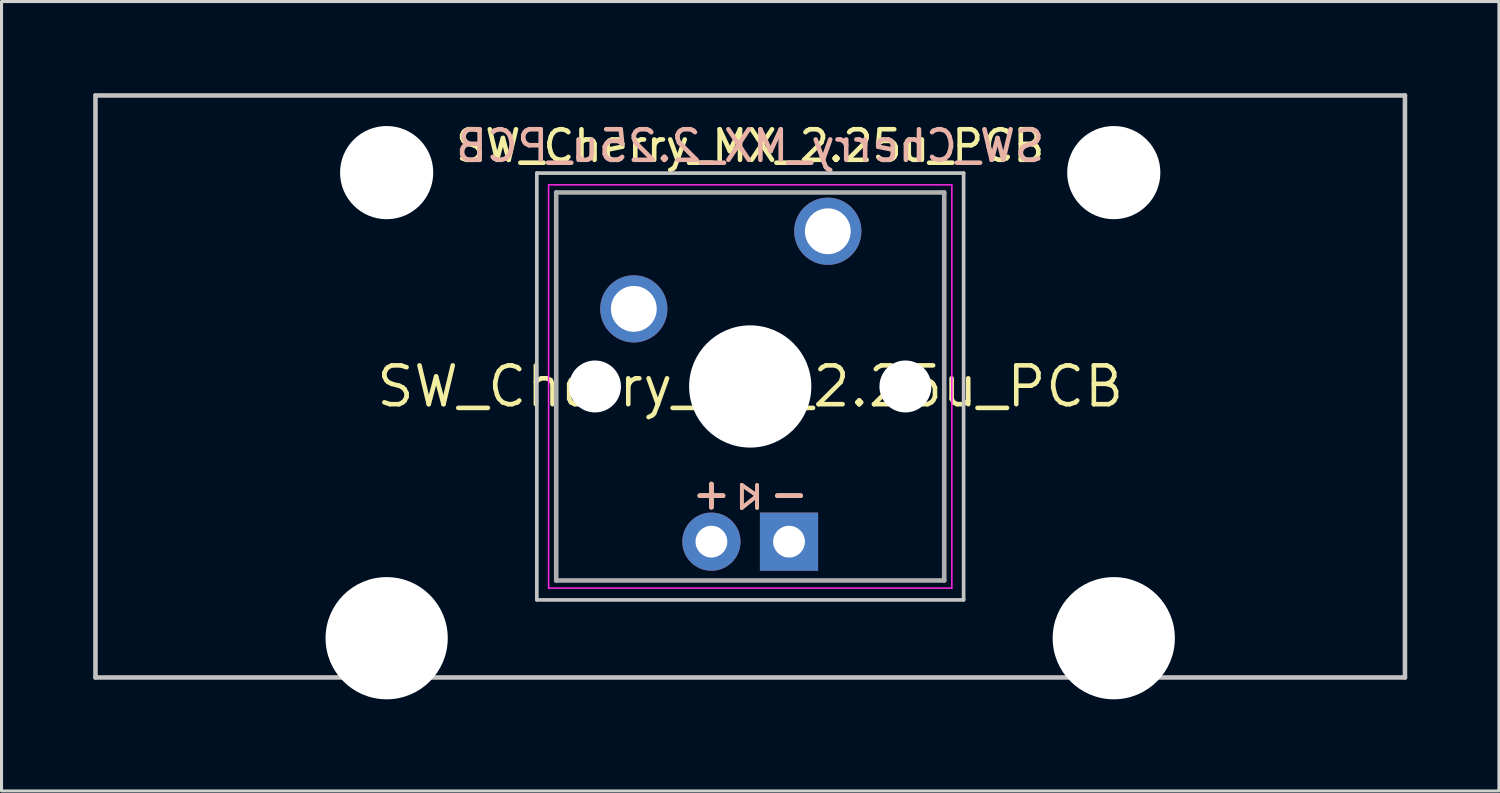
<source format=kicad_pcb>
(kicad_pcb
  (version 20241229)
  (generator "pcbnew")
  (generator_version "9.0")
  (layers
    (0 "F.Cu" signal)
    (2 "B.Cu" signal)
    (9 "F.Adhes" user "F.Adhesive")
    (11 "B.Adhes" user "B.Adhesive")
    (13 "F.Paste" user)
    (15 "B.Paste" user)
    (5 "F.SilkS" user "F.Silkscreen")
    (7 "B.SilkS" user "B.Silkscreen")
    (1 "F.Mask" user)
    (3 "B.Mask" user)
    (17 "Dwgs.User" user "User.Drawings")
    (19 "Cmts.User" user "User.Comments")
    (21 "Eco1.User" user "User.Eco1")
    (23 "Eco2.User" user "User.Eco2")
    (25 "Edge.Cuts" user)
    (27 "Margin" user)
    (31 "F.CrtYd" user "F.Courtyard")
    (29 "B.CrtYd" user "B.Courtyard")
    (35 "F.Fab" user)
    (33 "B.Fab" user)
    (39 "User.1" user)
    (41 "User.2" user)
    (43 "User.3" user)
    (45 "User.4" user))
  (footprint "SW_Cherry_MX_2.25u_PCB"
    (layer "F.Cu")
    (at 21.506 9.6)
    (property "Reference" "SW_Cherry_MX_2.25u_PCB" (at 0 0 0) (layer "F.SilkS") (effects (font (size 1.27 1.27) (thickness 0.15))))
    (attr through_hole)
    (fp_line (start -0.275 3.225) (end -0.275 3.975) (stroke (width 0.12) (type solid)) (layer "F.SilkS"))
    (fp_line (start -0.275 3.975) (end 0.225 3.575) (stroke (width 0.12) (type solid)) (layer "F.SilkS"))
    (fp_line (start 0.225 3.225) (end 0.225 3.975) (stroke (width 0.12) (type solid)) (layer "F.SilkS"))
    (fp_line (start 0.225 3.575) (end -0.275 3.225) (stroke (width 0.12) (type solid)) (layer "F.SilkS"))
    (fp_line (start -0.275 3.225) (end -0.275 3.975) (stroke (width 0.12) (type solid)) (layer "B.SilkS"))
    (fp_line (start -0.275 3.975) (end 0.225 3.575) (stroke (width 0.12) (type solid)) (layer "B.SilkS"))
    (fp_line (start 0.225 3.225) (end 0.225 3.975) (stroke (width 0.12) (type solid)) (layer "B.SilkS"))
    (fp_line (start 0.225 3.575) (end -0.275 3.225) (stroke (width 0.12) (type solid)) (layer "B.SilkS"))
    (fp_line (start -21.431 -9.525) (end 21.431 -9.525) (stroke (width 0.15) (type solid)) (layer "Dwgs.User"))
    (fp_line (start -21.431 9.525) (end -21.431 -9.525) (stroke (width 0.15) (type solid)) (layer "Dwgs.User"))
    (fp_line (start -6.985 -6.985) (end 6.985 -6.985) (stroke (width 0.12) (type solid)) (layer "Dwgs.User"))
    (fp_line (start -6.985 6.985) (end -6.985 -6.985) (stroke (width 0.12) (type solid)) (layer "Dwgs.User"))
    (fp_line (start 6.985 -6.985) (end 6.985 6.985) (stroke (width 0.12) (type solid)) (layer "Dwgs.User"))
    (fp_line (start 6.985 6.985) (end -6.985 6.985) (stroke (width 0.12) (type solid)) (layer "Dwgs.User"))
    (fp_line (start 21.431 -9.525) (end 21.431 9.525) (stroke (width 0.15) (type solid)) (layer "Dwgs.User"))
    (fp_line (start 21.431 9.525) (end -21.431 9.525) (stroke (width 0.15) (type solid)) (layer "Dwgs.User"))
    (fp_line (start -16.129 -2.286) (end -15.265 -2.286) (stroke (width 0.05) (type solid)) (layer "Eco1.User"))
    (fp_line (start -16.129 0.508) (end -16.129 -2.286) (stroke (width 0.05) (type solid)) (layer "Eco1.User"))
    (fp_line (start -15.265 -5.69) (end -8.611 -5.69) (stroke (width 0.05) (type solid)) (layer "Eco1.User"))
    (fp_line (start -15.265 -2.286) (end -15.265 -5.69) (stroke (width 0.05) (type solid)) (layer "Eco1.User"))
    (fp_line (start -15.265 0.508) (end -16.129 0.508) (stroke (width 0.05) (type solid)) (layer "Eco1.User"))
    (fp_line (start -15.265 6.604) (end -15.265 0.508) (stroke (width 0.05) (type solid)) (layer "Eco1.User"))
    (fp_line (start -14.224 6.604) (end -15.265 6.604) (stroke (width 0.05) (type solid)) (layer "Eco1.User"))
    (fp_line (start -14.224 7.772) (end -14.224 6.604) (stroke (width 0.05) (type solid)) (layer "Eco1.User"))
    (fp_line (start -9.652 6.604) (end -9.652 7.772) (stroke (width 0.05) (type solid)) (layer "Eco1.User"))
    (fp_line (start -9.652 7.772) (end -14.224 7.772) (stroke (width 0.05) (type solid)) (layer "Eco1.User"))
    (fp_line (start -8.611 -5.69) (end -8.611 -4.877) (stroke (width 0.05) (type solid)) (layer "Eco1.User"))
    (fp_line (start -8.611 -4.877) (end -6.985 -4.877) (stroke (width 0.05) (type solid)) (layer "Eco1.User"))
    (fp_line (start -8.611 5.817) (end -8.611 6.604) (stroke (width 0.05) (type solid)) (layer "Eco1.User"))
    (fp_line (start -8.611 6.604) (end -9.652 6.604) (stroke (width 0.05) (type solid)) (layer "Eco1.User"))
    (fp_line (start -6.985 -6.985) (end 6.985 -6.985) (stroke (width 0.05) (type solid)) (layer "Eco1.User"))
    (fp_line (start -6.985 -4.877) (end -6.985 -6.985) (stroke (width 0.05) (type solid)) (layer "Eco1.User"))
    (fp_line (start -6.985 5.817) (end -8.611 5.817) (stroke (width 0.05) (type solid)) (layer "Eco1.User"))
    (fp_line (start -6.985 6.985) (end -6.985 5.817) (stroke (width 0.05) (type solid)) (layer "Eco1.User"))
    (fp_line (start 6.985 -6.985) (end 6.985 -4.877) (stroke (width 0.05) (type solid)) (layer "Eco1.User"))
    (fp_line (start 6.985 -4.877) (end 8.611 -4.877) (stroke (width 0.05) (type solid)) (layer "Eco1.User"))
    (fp_line (start 6.985 5.817) (end 6.985 6.985) (stroke (width 0.05) (type solid)) (layer "Eco1.User"))
    (fp_line (start 6.985 6.985) (end -6.985 6.985) (stroke (width 0.05) (type solid)) (layer "Eco1.User"))
    (fp_line (start 8.611 -5.69) (end 15.265 -5.69) (stroke (width 0.05) (type solid)) (layer "Eco1.User"))
    (fp_line (start 8.611 -4.877) (end 8.611 -5.69) (stroke (width 0.05) (type solid)) (layer "Eco1.User"))
    (fp_line (start 8.611 5.817) (end 6.985 5.817) (stroke (width 0.05) (type solid)) (layer "Eco1.User"))
    (fp_line (start 8.611 6.604) (end 8.611 5.817) (stroke (width 0.05) (type solid)) (layer "Eco1.User"))
    (fp_line (start 9.652 6.604) (end 8.611 6.604) (stroke (width 0.05) (type solid)) (layer "Eco1.User"))
    (fp_line (start 9.652 7.772) (end 9.652 6.604) (stroke (width 0.05) (type solid)) (layer "Eco1.User"))
    (fp_line (start 14.224 6.604) (end 14.224 7.772) (stroke (width 0.05) (type solid)) (layer "Eco1.User"))
    (fp_line (start 14.224 7.772) (end 9.652 7.772) (stroke (width 0.05) (type solid)) (layer "Eco1.User"))
    (fp_line (start 15.265 -5.69) (end 15.265 -2.286) (stroke (width 0.05) (type solid)) (layer "Eco1.User"))
    (fp_line (start 15.265 -2.286) (end 16.129 -2.286) (stroke (width 0.05) (type solid)) (layer "Eco1.User"))
    (fp_line (start 15.265 0.508) (end 15.265 6.604) (stroke (width 0.05) (type solid)) (layer "Eco1.User"))
    (fp_line (start 15.265 6.604) (end 14.224 6.604) (stroke (width 0.05) (type solid)) (layer "Eco1.User"))
    (fp_line (start 16.129 -2.286) (end 16.129 0.508) (stroke (width 0.05) (type solid)) (layer "Eco1.User"))
    (fp_line (start 16.129 0.508) (end 15.265 0.508) (stroke (width 0.05) (type solid)) (layer "Eco1.User"))
    (fp_line (start -6.6 -6.6) (end 6.6 -6.6) (stroke (width 0.05) (type solid)) (layer "F.CrtYd"))
    (fp_line (start -6.6 6.6) (end -6.6 -6.6) (stroke (width 0.05) (type solid)) (layer "F.CrtYd"))
    (fp_line (start 6.6 -6.6) (end 6.6 6.6) (stroke (width 0.05) (type solid)) (layer "F.CrtYd"))
    (fp_line (start 6.6 6.6) (end -6.6 6.6) (stroke (width 0.05) (type solid)) (layer "F.CrtYd"))
    (fp_line (start -6.35 -6.35) (end 6.35 -6.35) (stroke (width 0.15) (type solid)) (layer "F.Fab"))
    (fp_line (start -6.35 6.35) (end -6.35 -6.35) (stroke (width 0.15) (type solid)) (layer "F.Fab"))
    (fp_line (start 6.35 -6.35) (end 6.35 6.35) (stroke (width 0.15) (type solid)) (layer "F.Fab"))
    (fp_line (start 6.35 6.35) (end -6.35 6.35) (stroke (width 0.15) (type solid)) (layer "F.Fab"))
    (fp_text user "+" (at -1.27 3.5 0) (layer "F.SilkS") (effects (font (size 1 1) (thickness 0.15))))
    (fp_text user "${REFERENCE}" (at 0 -7.874 0) (layer "F.SilkS") (effects (font (size 1 1) (thickness 0.15))))
    (fp_text user "-" (at 1.27 3.5 0) (layer "F.SilkS") (effects (font (size 1 1) (thickness 0.15))))
    (fp_text user "${REFERENCE}" (at 0 -7.874 0) (layer "B.SilkS") (effects (font (size 1 1) (thickness 0.15)) (justify mirror)))
    (fp_text user "-" (at 1.27 3.5 0) (layer "B.SilkS") (effects (font (size 1 1) (thickness 0.15))))
    (fp_text user "+" (at -1.27 3.5 0) (layer "B.SilkS") (effects (font (size 1 1) (thickness 0.15))))
    (pad "" np_thru_hole circle (at -11.9 -7) (size 3.05 3.05) (drill 3.05) (layers "*.Cu" "*.Mask"))
    (pad "" np_thru_hole circle (at -11.9 8.24) (size 4 4) (drill 4) (layers "*.Cu" "*.Mask"))
    (pad "" np_thru_hole circle (at -5.08 0) (size 1.7 1.7) (drill 1.7) (layers "*.Cu" "*.Mask"))
    (pad "" np_thru_hole circle (at 0 0) (size 4 4) (drill 4) (layers "*.Cu" "*.Mask"))
    (pad "" np_thru_hole circle (at 5.08 0) (size 1.7 1.7) (drill 1.7) (layers "*.Cu" "*.Mask"))
    (pad "" np_thru_hole circle (at 11.9 -7) (size 3.05 3.05) (drill 3.05) (layers "*.Cu" "*.Mask"))
    (pad "" np_thru_hole circle (at 11.9 8.24) (size 4 4) (drill 4) (layers "*.Cu" "*.Mask"))
    (pad "1" thru_hole circle (at 2.54 -5.08) (size 2.2 2.2) (drill 1.5) (layers "*.Cu" "*.Mask"))
    (pad "2" thru_hole circle (at -3.81 -2.54) (size 2.2 2.2) (drill 1.5) (layers "*.Cu" "*.Mask"))
    (pad "3" thru_hole circle (at -1.27 5.08) (size 1.905 1.905) (drill 1.04) (layers "*.Cu" "*.Mask"))
    (pad "4" thru_hole rect (at 1.27 5.08) (size 1.905 1.905) (drill 1.04) (layers "*.Cu" "*.Mask")))
  (gr_rect
    (start -3 -3)
    (end 46.013 22.84)
    (stroke (width 0.1) (type default))
    (fill no)
    (layer "Edge.Cuts")))
</source>
